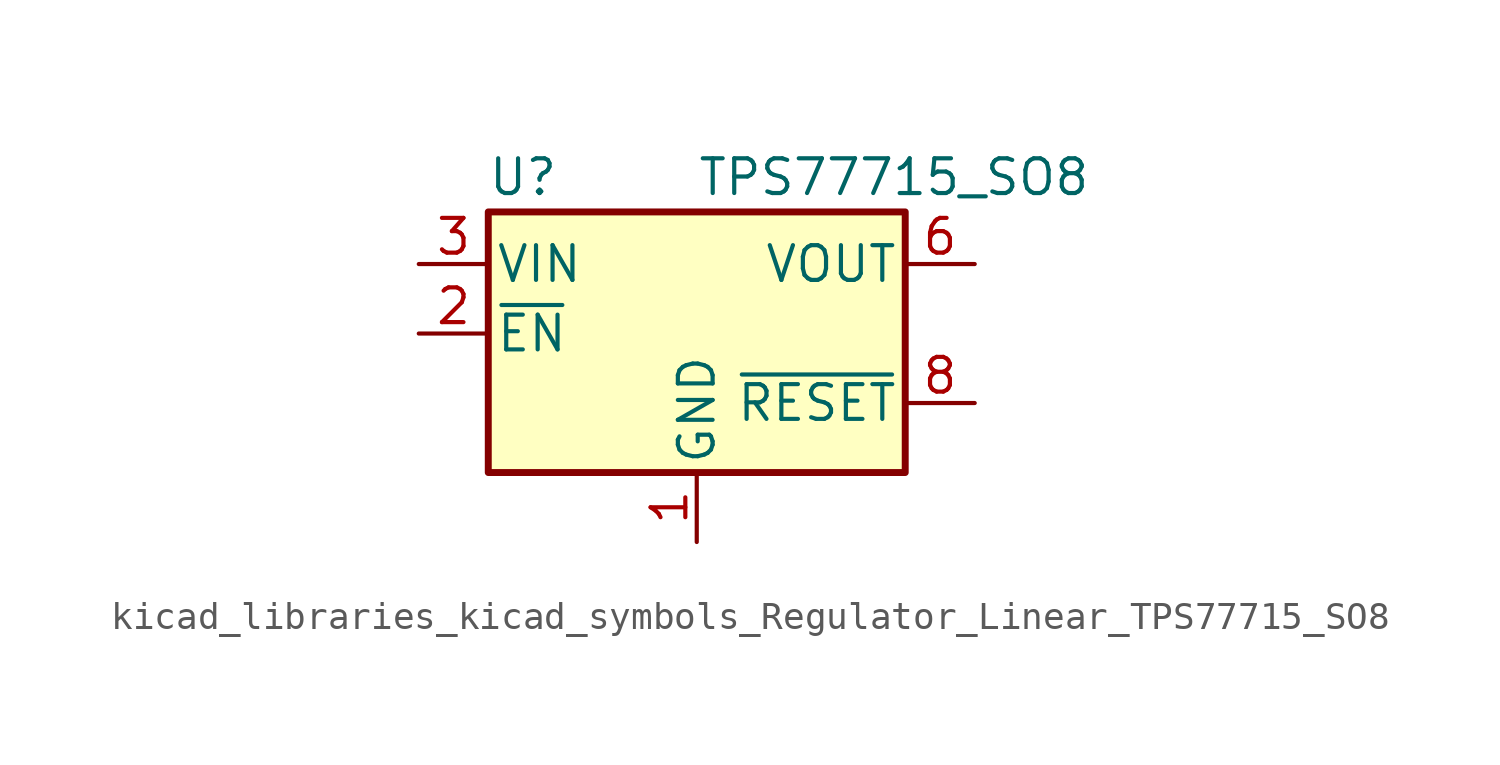
<source format=kicad_sym>
(kicad_symbol_lib
  (version 20220914)
  (generator kicad_symbol_editor)
  (symbol "kicad_libraries_kicad_symbols_Regulator_Linear_TPS77715_SO8"
    (pin_names
      (offset 0.254))
    (property "Reference" "U"
      (at -6.35 5.715 0)
      (effects (font (size 1.27 1.27))))
    (property "Value" "TPS77715_SO8"
      (at 0 5.715 0)
      (effects (font (size 1.27 1.27)) (justify left)))
    (symbol "kicad_libraries_kicad_symbols_Regulator_Linear_TPS77715_SO8_0_1"
      (rectangle (start -7.62 4.445) (end 7.62 -5.08) (stroke (width 0.254) (type default)) (fill (type background))))
    (symbol "kicad_libraries_kicad_symbols_Regulator_Linear_TPS77715_SO8_1_1"
      (pin power_in line (at 0 -7.62 90) (length 2.54) (name "GND" (effects (font (size 1.27 1.27)))) (number "1" (effects (font (size 1.27 1.27)))))
      (pin input line (at -10.16 0 0) (length 2.54) (name "~{EN}" (effects (font (size 1.27 1.27)))) (number "2" (effects (font (size 1.27 1.27)))))
      (pin power_in line (at -10.16 2.54 0) (length 2.54) (name "VIN" (effects (font (size 1.27 1.27)))) (number "3" (effects (font (size 1.27 1.27)))))
      (pin passive line (at -10.16 2.54 0) (length 2.54) hide (name "VIN" (effects (font (size 1.27 1.27)))) (number "4" (effects (font (size 1.27 1.27)))))
      (pin passive line (at 10.16 2.54 180) (length 2.54) hide (name "VOUT" (effects (font (size 1.27 1.27)))) (number "5" (effects (font (size 1.27 1.27)))))
      (pin power_out line (at 10.16 2.54 180) (length 2.54) (name "VOUT" (effects (font (size 1.27 1.27)))) (number "6" (effects (font (size 1.27 1.27)))))
      (pin no_connect line (at 7.62 0 180) (length 2.54) hide (name "NC" (effects (font (size 1.27 1.27)))) (number "7" (effects (font (size 1.27 1.27)))))
      (pin open_collector line (at 10.16 -2.54 180) (length 2.54) (name "~{RESET}" (effects (font (size 1.27 1.27)))) (number "8" (effects (font (size 1.27 1.27))))))))
</source>
